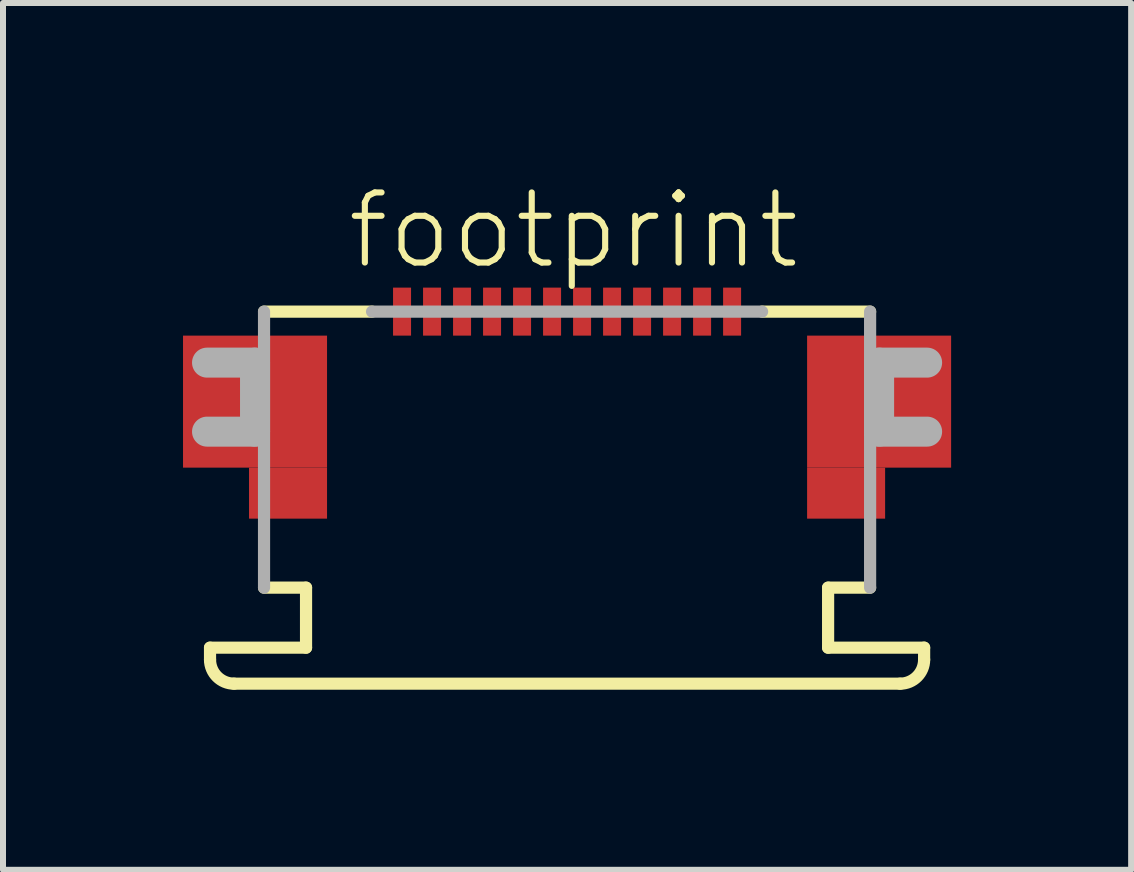
<source format=kicad_pcb>
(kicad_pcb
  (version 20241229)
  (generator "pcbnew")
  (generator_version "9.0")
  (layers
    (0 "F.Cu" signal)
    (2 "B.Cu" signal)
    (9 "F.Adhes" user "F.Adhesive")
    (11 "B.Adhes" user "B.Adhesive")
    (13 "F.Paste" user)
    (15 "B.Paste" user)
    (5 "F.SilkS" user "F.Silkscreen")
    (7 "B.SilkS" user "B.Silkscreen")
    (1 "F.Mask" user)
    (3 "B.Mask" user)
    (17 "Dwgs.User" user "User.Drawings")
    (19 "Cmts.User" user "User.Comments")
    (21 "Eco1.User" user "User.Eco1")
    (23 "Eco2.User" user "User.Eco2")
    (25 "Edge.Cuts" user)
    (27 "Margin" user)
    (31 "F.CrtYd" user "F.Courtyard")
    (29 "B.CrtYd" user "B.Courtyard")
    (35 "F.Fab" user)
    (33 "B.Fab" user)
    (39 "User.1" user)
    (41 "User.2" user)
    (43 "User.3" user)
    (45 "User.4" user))
  (footprint "footprint"
    (layer "F.Cu")
    (at 6.4 2.743)
    (property "Reference" "footprint" (at -3.715 -1.27 0) (layer "F.SilkS") (effects (font (size 1.168 1.168) (thickness 0.102)) (justify left bottom)))
    (fp_poly (pts (xy -6.4 2) (xy -4 2) (xy -4 -0.2) (xy -6.4 -0.2)) (stroke (width 0) (type solid)) (fill yes) (layer "F.Cu"))
    (fp_poly (pts (xy -5.3 2.85) (xy -4 2.85) (xy -4 2) (xy -5.3 2)) (stroke (width 0) (type solid)) (fill yes) (layer "F.Cu"))
    (fp_poly (pts (xy 4 2) (xy 6.4 2) (xy 6.4 -0.2) (xy 4 -0.2)) (stroke (width 0) (type solid)) (fill yes) (layer "F.Cu"))
    (fp_poly (pts (xy 4 2.85) (xy 5.3 2.85) (xy 5.3 2) (xy 4 2)) (stroke (width 0) (type solid)) (fill yes) (layer "F.Cu"))
    (fp_poly (pts (xy -6.4 2) (xy -4 2) (xy -4 -0.2) (xy -6.4 -0.2)) (stroke (width 0) (type solid)) (fill yes) (layer "F.Mask"))
    (fp_poly (pts (xy -5.3 2.85) (xy -4 2.85) (xy -4 2) (xy -5.3 2)) (stroke (width 0) (type solid)) (fill yes) (layer "F.Mask"))
    (fp_poly (pts (xy -2.925 -0.175) (xy -2.575 -0.175) (xy -2.575 -1.025) (xy -2.925 -1.025)) (stroke (width 0) (type solid)) (fill yes) (layer "F.Mask"))
    (fp_poly (pts (xy -2.425 -0.175) (xy -2.075 -0.175) (xy -2.075 -1.025) (xy -2.425 -1.025)) (stroke (width 0) (type solid)) (fill yes) (layer "F.Mask"))
    (fp_poly (pts (xy -1.925 -0.175) (xy -1.575 -0.175) (xy -1.575 -1.025) (xy -1.925 -1.025)) (stroke (width 0) (type solid)) (fill yes) (layer "F.Mask"))
    (fp_poly (pts (xy -1.425 -0.175) (xy -1.075 -0.175) (xy -1.075 -1.025) (xy -1.425 -1.025)) (stroke (width 0) (type solid)) (fill yes) (layer "F.Mask"))
    (fp_poly (pts (xy -0.925 -0.175) (xy -0.575 -0.175) (xy -0.575 -1.025) (xy -0.925 -1.025)) (stroke (width 0) (type solid)) (fill yes) (layer "F.Mask"))
    (fp_poly (pts (xy -0.425 -0.175) (xy -0.075 -0.175) (xy -0.075 -1.025) (xy -0.425 -1.025)) (stroke (width 0) (type solid)) (fill yes) (layer "F.Mask"))
    (fp_poly (pts (xy 0.075 -0.175) (xy 0.425 -0.175) (xy 0.425 -1.025) (xy 0.075 -1.025)) (stroke (width 0) (type solid)) (fill yes) (layer "F.Mask"))
    (fp_poly (pts (xy 0.575 -0.175) (xy 0.925 -0.175) (xy 0.925 -1.025) (xy 0.575 -1.025)) (stroke (width 0) (type solid)) (fill yes) (layer "F.Mask"))
    (fp_poly (pts (xy 1.075 -0.175) (xy 1.425 -0.175) (xy 1.425 -1.025) (xy 1.075 -1.025)) (stroke (width 0) (type solid)) (fill yes) (layer "F.Mask"))
    (fp_poly (pts (xy 1.575 -0.175) (xy 1.925 -0.175) (xy 1.925 -1.025) (xy 1.575 -1.025)) (stroke (width 0) (type solid)) (fill yes) (layer "F.Mask"))
    (fp_poly (pts (xy 2.075 -0.175) (xy 2.425 -0.175) (xy 2.425 -1.025) (xy 2.075 -1.025)) (stroke (width 0) (type solid)) (fill yes) (layer "F.Mask"))
    (fp_poly (pts (xy 2.575 -0.175) (xy 2.925 -0.175) (xy 2.925 -1.025) (xy 2.575 -1.025)) (stroke (width 0) (type solid)) (fill yes) (layer "F.Mask"))
    (fp_poly (pts (xy 4 2) (xy 6.4 2) (xy 6.4 -0.2) (xy 4 -0.2)) (stroke (width 0) (type solid)) (fill yes) (layer "F.Mask"))
    (fp_poly (pts (xy 4 2.85) (xy 5.3 2.85) (xy 5.3 2) (xy 4 2)) (stroke (width 0) (type solid)) (fill yes) (layer "F.Mask"))
    (fp_line (start -5.95 5) (end -4.35 5) (stroke (width 0.203) (type solid)) (layer "F.SilkS"))
    (fp_line (start -5.95 5.2) (end -5.95 5) (stroke (width 0.203) (type solid)) (layer "F.SilkS"))
    (fp_line (start -5.05 -0.6) (end -3.25 -0.6) (stroke (width 0.203) (type solid)) (layer "F.SilkS"))
    (fp_line (start -4.35 4) (end -5.05 4) (stroke (width 0.203) (type solid)) (layer "F.SilkS"))
    (fp_line (start -4.35 5) (end -4.35 4) (stroke (width 0.203) (type solid)) (layer "F.SilkS"))
    (fp_line (start 3.25 -0.6) (end 5.05 -0.6) (stroke (width 0.203) (type solid)) (layer "F.SilkS"))
    (fp_line (start 4.35 4) (end 4.35 5) (stroke (width 0.203) (type solid)) (layer "F.SilkS"))
    (fp_line (start 4.35 5) (end 5.95 5) (stroke (width 0.203) (type solid)) (layer "F.SilkS"))
    (fp_line (start 5.05 4) (end 4.35 4) (stroke (width 0.203) (type solid)) (layer "F.SilkS"))
    (fp_line (start 5.55 5.6) (end -5.55 5.6) (stroke (width 0.203) (type solid)) (layer "F.SilkS"))
    (fp_line (start 5.95 5) (end 5.95 5.2) (stroke (width 0.203) (type solid)) (layer "F.SilkS"))
    (fp_arc (start -5.55 5.6) (mid -5.832843 5.482843) (end -5.95 5.2) (stroke (width 0.2032) (type solid)) (layer "F.SilkS"))
    (fp_arc (start 5.95 5.2) (mid 5.832843 5.482843) (end 5.55 5.6) (stroke (width 0.2032) (type solid)) (layer "F.SilkS"))
    (fp_poly (pts (xy -6.275 1.9) (xy -4.1 1.9) (xy -4.1 -0.075) (xy -6.275 -0.075)) (stroke (width 0) (type solid)) (fill yes) (layer "F.Paste"))
    (fp_poly (pts (xy -5.2 2.75) (xy -4.1 2.75) (xy -4.1 1.9) (xy -5.2 1.9)) (stroke (width 0) (type solid)) (fill yes) (layer "F.Paste"))
    (fp_poly (pts (xy 4.1 1.9) (xy 6.275 1.9) (xy 6.275 -0.075) (xy 4.1 -0.075)) (stroke (width 0) (type solid)) (fill yes) (layer "F.Paste"))
    (fp_poly (pts (xy 4.1 2.75) (xy 5.2 2.75) (xy 5.2 1.9) (xy 4.1 1.9)) (stroke (width 0) (type solid)) (fill yes) (layer "F.Paste"))
    (fp_line (start -6 0.25) (end -5.2 0.25) (stroke (width 0.5) (type solid)) (layer "F.Fab"))
    (fp_line (start -5.2 0.25) (end -5.2 1.4) (stroke (width 0.5) (type solid)) (layer "F.Fab"))
    (fp_line (start -5.2 1.4) (end -6 1.4) (stroke (width 0.5) (type solid)) (layer "F.Fab"))
    (fp_line (start -5.05 4) (end -5.05 -0.6) (stroke (width 0.203) (type solid)) (layer "F.Fab"))
    (fp_line (start -3.25 -0.6) (end 3.25 -0.6) (stroke (width 0.203) (type solid)) (layer "F.Fab"))
    (fp_line (start 5.05 -0.6) (end 5.05 4) (stroke (width 0.203) (type solid)) (layer "F.Fab"))
    (fp_line (start 5.2 0.25) (end 6 0.25) (stroke (width 0.5) (type solid)) (layer "F.Fab"))
    (fp_line (start 5.2 1.4) (end 5.2 0.25) (stroke (width 0.5) (type solid)) (layer "F.Fab"))
    (fp_line (start 6 1.4) (end 5.2 1.4) (stroke (width 0.5) (type solid)) (layer "F.Fab"))
    (pad "1" smd rect (at -2.75 -0.6) (size 0.3 0.8) (layers "F.Cu" "F.Paste"))
    (pad "2" smd rect (at -2.25 -0.6) (size 0.3 0.8) (layers "F.Cu" "F.Paste"))
    (pad "3" smd rect (at -1.75 -0.6) (size 0.3 0.8) (layers "F.Cu" "F.Paste"))
    (pad "4" smd rect (at -1.25 -0.6) (size 0.3 0.8) (layers "F.Cu" "F.Paste"))
    (pad "5" smd rect (at -0.75 -0.6) (size 0.3 0.8) (layers "F.Cu" "F.Paste"))
    (pad "6" smd rect (at -0.25 -0.6) (size 0.3 0.8) (layers "F.Cu" "F.Paste"))
    (pad "7" smd rect (at 0.25 -0.6) (size 0.3 0.8) (layers "F.Cu" "F.Paste"))
    (pad "8" smd rect (at 0.75 -0.6) (size 0.3 0.8) (layers "F.Cu" "F.Paste"))
    (pad "9" smd rect (at 1.25 -0.6) (size 0.3 0.8) (layers "F.Cu" "F.Paste"))
    (pad "10" smd rect (at 1.75 -0.6) (size 0.3 0.8) (layers "F.Cu" "F.Paste"))
    (pad "11" smd rect (at 2.25 -0.6) (size 0.3 0.8) (layers "F.Cu" "F.Paste"))
    (pad "12" smd rect (at 2.75 -0.6) (size 0.3 0.8) (layers "F.Cu" "F.Paste")))
  (gr_rect
    (start -3 -3)
    (end 15.8 11.445)
    (stroke (width 0.1) (type default))
    (fill no)
    (layer "Edge.Cuts")))
</source>
